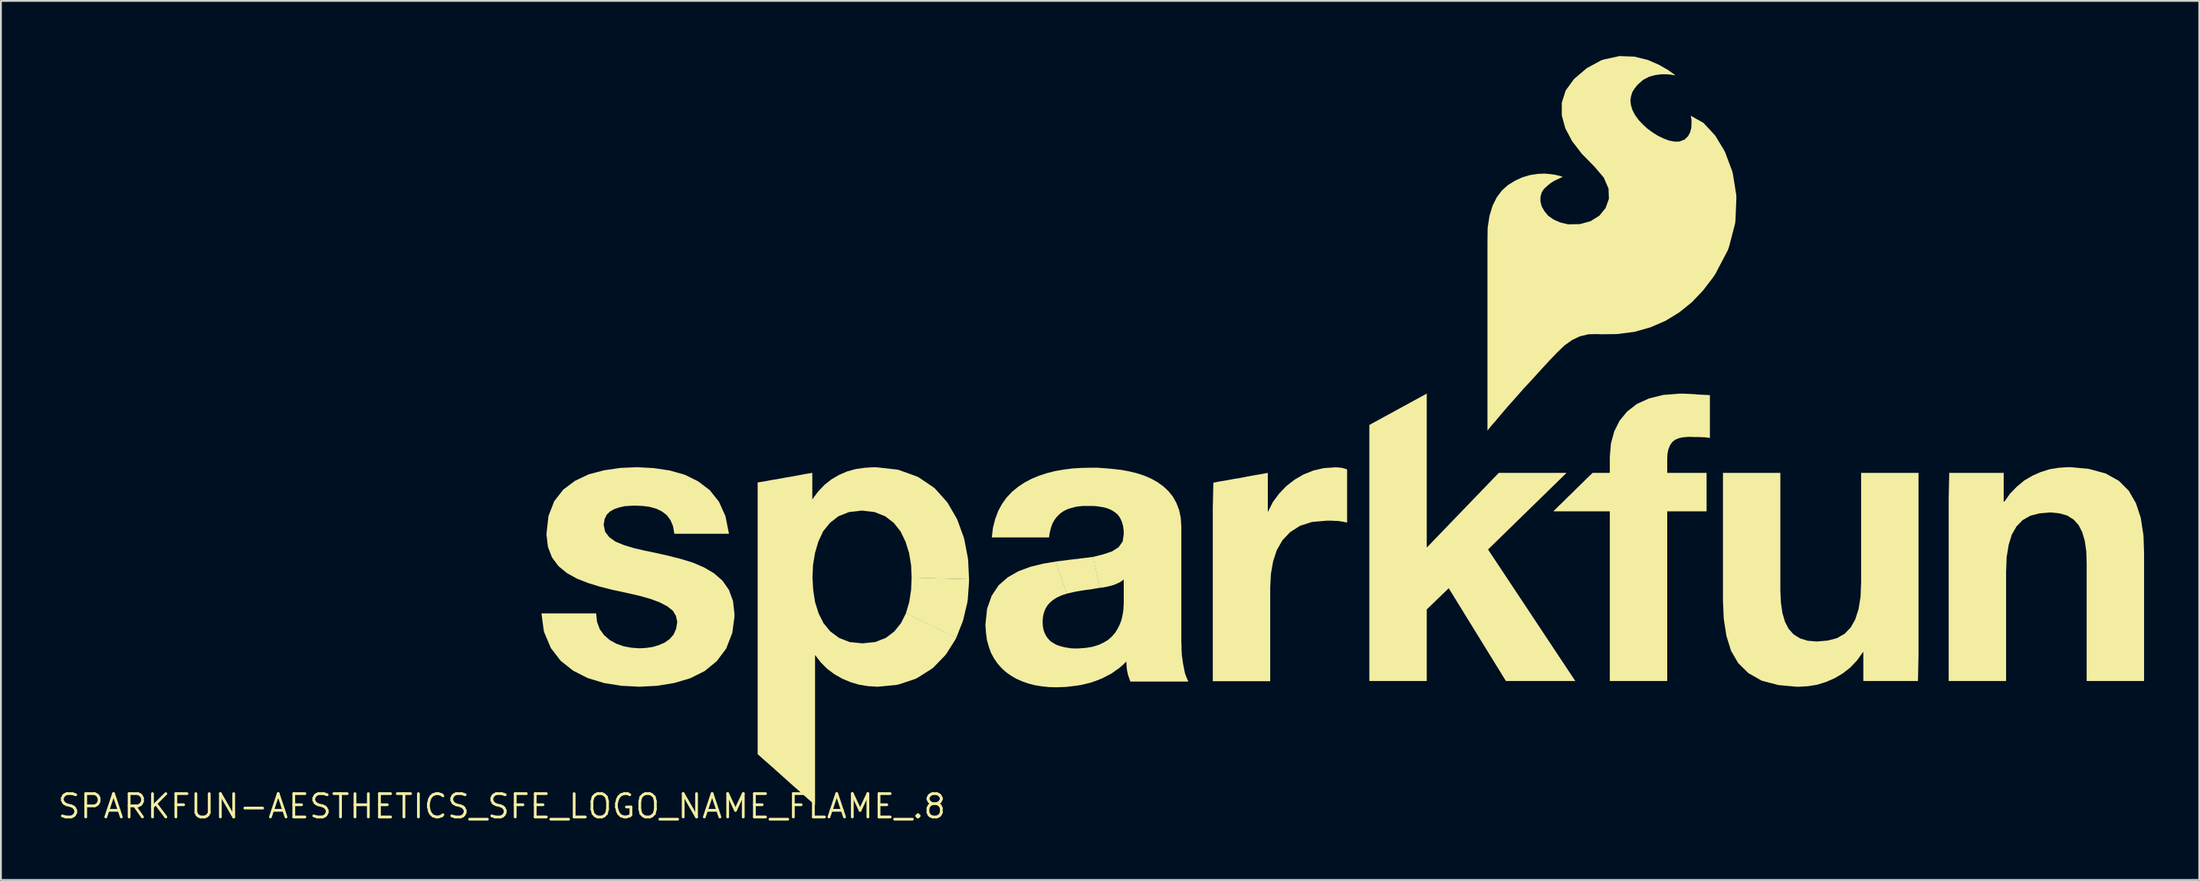
<source format=kicad_pcb>
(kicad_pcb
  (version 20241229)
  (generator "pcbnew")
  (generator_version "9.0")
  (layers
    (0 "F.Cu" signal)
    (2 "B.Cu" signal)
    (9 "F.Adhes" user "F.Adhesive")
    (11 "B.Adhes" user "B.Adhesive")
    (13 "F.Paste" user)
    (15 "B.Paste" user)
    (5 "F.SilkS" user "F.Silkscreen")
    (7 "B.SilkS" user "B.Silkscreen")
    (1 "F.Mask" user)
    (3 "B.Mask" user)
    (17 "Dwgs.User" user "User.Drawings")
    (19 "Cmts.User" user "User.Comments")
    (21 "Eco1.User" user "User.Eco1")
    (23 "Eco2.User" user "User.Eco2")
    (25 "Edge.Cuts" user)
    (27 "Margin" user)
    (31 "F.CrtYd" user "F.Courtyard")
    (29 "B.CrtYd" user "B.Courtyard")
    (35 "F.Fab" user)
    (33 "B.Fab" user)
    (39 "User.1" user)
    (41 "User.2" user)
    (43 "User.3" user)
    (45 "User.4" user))
  (footprint "SPARKFUN-AESTHETICS_SFE_LOGO_NAME_FLAME_.8"
    (layer "F.Cu")
    (at 24.228 40.805)
    (property "Reference" "SPARKFUN-AESTHETICS_SFE_LOGO_NAME_FLAME_.8" (at 0 0 0) (layer "F.SilkS") (effects (font (size 1.27 1.27) (thickness 0.15))))
    (fp_poly (pts (xy 25.395 -12.355) (xy 25.395 -12.21) (xy 25.325 -11.239) (xy 25.305 -11.099) (xy 25.085 -10.169) (xy 25.045 -10.038) (xy 24.703 -9.173) (xy 21.964 -10.497) (xy 22.145 -11.111) (xy 22.245 -11.76) (xy 22.275 -12.445)) (stroke (width 0) (type default)) (fill yes) (layer "F.SilkS"))
    (fp_poly (pts (xy 50.275 -14.072) (xy 54.188 -18.135) (xy 57.872 -18.135) (xy 53.606 -13.969) (xy 58.349 -6.815) (xy 54.577 -6.815) (xy 51.469 -11.862) (xy 50.275 -10.708) (xy 50.275 -6.815) (xy 47.155 -6.815) (xy 47.155 -20.743) (xy 50.275 -22.448)) (stroke (width 0) (type default)) (fill yes) (layer "F.SilkS"))
    (fp_poly (pts (xy 32.516 -11.886) (xy 32.331 -11.855) (xy 32.151 -11.825) (xy 31.971 -11.795) (xy 31.781 -11.775) (xy 31.591 -11.745) (xy 31.411 -11.715) (xy 31.231 -11.685) (xy 31.051 -11.645) (xy 30.871 -11.605) (xy 30.697 -11.564) (xy 30.113 -13.314) (xy 30.819 -13.405) (xy 31.499 -13.485) (xy 31.499 -13.485) (xy 32.144 -13.566)) (stroke (width 0) (type default)) (fill yes) (layer "F.SilkS"))
    (fp_poly (pts (xy 69.495 -11.74) (xy 69.525 -11.09) (xy 69.605 -10.521) (xy 69.745 -10.042) (xy 69.944 -9.653) (xy 70.213 -9.354) (xy 70.562 -9.135) (xy 70.981 -9.005) (xy 71.48 -8.965) (xy 72.069 -9.015) (xy 72.568 -9.145) (xy 72.987 -9.384) (xy 73.316 -9.723) (xy 73.565 -10.162) (xy 73.745 -10.721) (xy 73.855 -11.4) (xy 73.885 -12.2) (xy 73.885 -18.135) (xy 77.005 -18.135) (xy 77.005 -8.23) (xy 76.975 -6.815) (xy 74.005 -6.815) (xy 74.005 -8.385) (xy 73.983 -8.385) (xy 73.664 -7.937) (xy 73.293 -7.546) (xy 72.883 -7.226) (xy 72.442 -6.966) (xy 71.982 -6.765) (xy 71.501 -6.615) (xy 71.011 -6.535) (xy 70.52 -6.505) (xy 70.37 -6.505) (xy 69.389 -6.595) (xy 68.478 -6.835) (xy 67.757 -7.246) (xy 67.206 -7.787) (xy 66.815 -8.458) (xy 66.565 -9.259) (xy 66.425 -10.159) (xy 66.415 -10.29) (xy 66.375 -11.17) (xy 66.375 -18.135) (xy 69.495 -18.135)) (stroke (width 0) (type default)) (fill yes) (layer "F.SilkS"))
    (fp_poly (pts (xy 86.251 -18.355) (xy 87.172 -18.105) (xy 87.893 -17.704) (xy 88.434 -17.163) (xy 88.825 -16.482) (xy 89.085 -15.691) (xy 89.225 -14.781) (xy 89.235 -14.66) (xy 89.265 -13.78) (xy 89.265 -6.815) (xy 86.145 -6.815) (xy 86.145 -13.21) (xy 86.125 -13.86) (xy 86.045 -14.429) (xy 85.905 -14.908) (xy 85.706 -15.297) (xy 85.437 -15.596) (xy 85.088 -15.815) (xy 84.669 -15.935) (xy 84.16 -15.985) (xy 83.581 -15.935) (xy 83.082 -15.805) (xy 82.663 -15.566) (xy 82.334 -15.227) (xy 82.075 -14.778) (xy 81.905 -14.219) (xy 81.795 -13.549) (xy 81.765 -12.75) (xy 81.765 -6.815) (xy 78.645 -6.815) (xy 78.645 -16.72) (xy 78.675 -18.135) (xy 81.635 -18.135) (xy 81.635 -16.565) (xy 81.667 -16.565) (xy 81.986 -17.013) (xy 82.357 -17.394) (xy 82.757 -17.724) (xy 83.198 -17.984) (xy 83.658 -18.185) (xy 84.139 -18.335) (xy 84.629 -18.415) (xy 85.13 -18.445) (xy 85.28 -18.445)) (stroke (width 0) (type default)) (fill yes) (layer "F.SilkS"))
    (fp_poly (pts (xy 45.521 -18.425) (xy 45.611 -18.415) (xy 45.691 -18.405) (xy 45.781 -18.375) (xy 45.861 -18.355) (xy 45.945 -18.323) (xy 45.945 -15.434) (xy 45.829 -15.455) (xy 45.699 -15.485) (xy 45.559 -15.505) (xy 45.42 -15.525) (xy 45.27 -15.525) (xy 45.12 -15.535) (xy 44.82 -15.535) (xy 44.031 -15.465) (xy 43.382 -15.255) (xy 42.853 -14.916) (xy 42.434 -14.477) (xy 42.125 -13.938) (xy 41.925 -13.329) (xy 41.805 -12.649) (xy 41.765 -11.91) (xy 41.765 -6.805) (xy 38.645 -6.805) (xy 38.645 -16.25) (xy 38.675 -17.604) (xy 39.049 -17.675) (xy 39.419 -17.735) (xy 39.789 -17.805) (xy 40.159 -17.865) (xy 40.519 -17.935) (xy 40.889 -18.005) (xy 41.259 -18.065) (xy 41.635 -18.136) (xy 41.635 -16.025) (xy 41.647 -16.025) (xy 41.906 -16.543) (xy 42.246 -17.003) (xy 42.637 -17.414) (xy 43.087 -17.764) (xy 43.588 -18.055) (xy 44.119 -18.265) (xy 44.679 -18.395) (xy 45.26 -18.435) (xy 45.44 -18.435)) (stroke (width 0) (type default)) (fill yes) (layer "F.SilkS"))
    (fp_poly (pts (xy 64.43 -22.435) (xy 64.64 -22.425) (xy 64.85 -22.415) (xy 65.05 -22.395) (xy 65.26 -22.385) (xy 65.46 -22.375) (xy 65.665 -22.365) (xy 65.665 -20.034) (xy 65.519 -20.055) (xy 65.38 -20.075) (xy 65.23 -20.075) (xy 65.09 -20.085) (xy 64.8 -20.085) (xy 64.66 -20.095) (xy 64.52 -20.095) (xy 64.231 -20.075) (xy 63.981 -20.025) (xy 63.773 -19.936) (xy 63.614 -19.807) (xy 63.494 -19.628) (xy 63.405 -19.409) (xy 63.355 -19.129) (xy 63.345 -18.81) (xy 63.345 -18.135) (xy 65.485 -18.135) (xy 65.485 -16.045) (xy 63.345 -16.045) (xy 63.345 -6.815) (xy 60.225 -6.815) (xy 60.225 -16.045) (xy 57.158 -16.045) (xy 57.426 -16.314) (xy 57.696 -16.574) (xy 57.956 -16.834) (xy 58.226 -17.094) (xy 58.486 -17.354) (xy 58.756 -17.614) (xy 59.016 -17.874) (xy 59.288 -18.135) (xy 60.225 -18.135) (xy 60.225 -19) (xy 60.285 -19.731) (xy 60.465 -20.392) (xy 60.756 -20.973) (xy 61.166 -21.474) (xy 61.697 -21.884) (xy 62.358 -22.185) (xy 63.129 -22.375) (xy 64.02 -22.445) (xy 64.22 -22.445)) (stroke (width 0) (type default)) (fill yes) (layer "F.SilkS"))
    (fp_poly (pts (xy 20.42 -18.435) (xy 21.491 -18.315) (xy 21.632 -18.275) (xy 22.552 -17.945) (xy 22.673 -17.884) (xy 23.443 -17.364) (xy 23.543 -17.284) (xy 24.154 -16.603) (xy 24.234 -16.503) (xy 24.704 -15.692) (xy 24.765 -15.572) (xy 25.095 -14.662) (xy 25.135 -14.531) (xy 25.325 -13.541) (xy 25.345 -13.4) (xy 25.395 -12.355) (xy 22.275 -12.435) (xy 22.245 -13.119) (xy 22.135 -13.779) (xy 21.945 -14.388) (xy 21.676 -14.947) (xy 21.306 -15.416) (xy 20.838 -15.776) (xy 20.259 -16.005) (xy 19.57 -16.085) (xy 18.871 -16.005) (xy 18.293 -15.776) (xy 17.834 -15.416) (xy 17.464 -14.957) (xy 17.205 -14.398) (xy 17.025 -13.789) (xy 16.915 -13.129) (xy 16.885 -12.44) (xy 16.925 -11.761) (xy 17.025 -11.111) (xy 17.215 -10.502) (xy 17.484 -9.963) (xy 17.853 -9.514) (xy 18.322 -9.164) (xy 18.901 -8.935) (xy 19.6 -8.865) (xy 20.299 -8.935) (xy 20.878 -9.164) (xy 21.336 -9.514) (xy 21.696 -9.963) (xy 21.968 -10.507) (xy 24.707 -9.182) (xy 24.644 -9.058) (xy 24.164 -8.297) (xy 24.084 -8.197) (xy 23.463 -7.556) (xy 23.363 -7.476) (xy 22.603 -6.996) (xy 22.492 -6.935) (xy 21.591 -6.635) (xy 21.461 -6.605) (xy 20.43 -6.505) (xy 19.919 -6.535) (xy 19.419 -6.615) (xy 18.948 -6.755) (xy 18.498 -6.946) (xy 18.077 -7.186) (xy 17.687 -7.476) (xy 17.336 -7.827) (xy 17.038 -8.215) (xy 17.025 -8.215) (xy 17.025 -0.069) (xy 16.627 -0.416) (xy 16.237 -0.766) (xy 15.847 -1.106) (xy 15.457 -1.456) (xy 15.077 -1.796) (xy 14.687 -2.146) (xy 14.297 -2.486) (xy 13.905 -2.838) (xy 13.905 -17.614) (xy 14.279 -17.675) (xy 14.649 -17.745) (xy 15.019 -17.805) (xy 15.389 -17.875) (xy 15.759 -17.935) (xy 16.129 -18.005) (xy 16.499 -18.075) (xy 16.875 -18.136) (xy 16.875 -16.695) (xy 16.877 -16.695) (xy 17.186 -17.113) (xy 17.537 -17.484) (xy 17.917 -17.784) (xy 18.328 -18.024) (xy 18.768 -18.215) (xy 19.239 -18.345) (xy 19.74 -18.415) (xy 20.25 -18.445)) (stroke (width 0) (type default)) (fill yes) (layer "F.SilkS"))
    (fp_poly (pts (xy 8.261 -18.395) (xy 9.131 -18.265) (xy 9.942 -18.035) (xy 10.673 -17.674) (xy 11.304 -17.194) (xy 11.804 -16.563) (xy 12.155 -15.782) (xy 12.346 -14.825) (xy 9.376 -14.825) (xy 9.305 -15.239) (xy 9.166 -15.568) (xy 8.966 -15.836) (xy 8.707 -16.036) (xy 8.398 -16.185) (xy 8.049 -16.285) (xy 7.67 -16.335) (xy 7.26 -16.355) (xy 6.99 -16.345) (xy 6.691 -16.325) (xy 6.411 -16.265) (xy 6.132 -16.175) (xy 5.893 -16.046) (xy 5.704 -15.867) (xy 5.585 -15.618) (xy 5.535 -15.31) (xy 5.615 -14.932) (xy 5.844 -14.634) (xy 6.182 -14.394) (xy 6.642 -14.205) (xy 7.171 -14.045) (xy 7.771 -13.905) (xy 8.401 -13.775) (xy 9.061 -13.625) (xy 9.731 -13.455) (xy 10.382 -13.255) (xy 10.992 -12.994) (xy 11.533 -12.674) (xy 11.994 -12.273) (xy 12.344 -11.772) (xy 12.565 -11.171) (xy 12.645 -10.45) (xy 12.645 -10.31) (xy 12.525 -9.429) (xy 12.194 -8.578) (xy 11.684 -7.897) (xy 11.023 -7.356) (xy 10.242 -6.965) (xy 9.361 -6.705) (xy 8.431 -6.555) (xy 7.48 -6.505) (xy 6.499 -6.555) (xy 5.559 -6.705) (xy 4.668 -6.975) (xy 3.877 -7.376) (xy 3.196 -7.916) (xy 2.666 -8.607) (xy 2.305 -9.458) (xy 2.275 -9.579) (xy 2.154 -10.495) (xy 5.124 -10.495) (xy 5.175 -10.031) (xy 5.324 -9.632) (xy 5.554 -9.313) (xy 5.863 -9.044) (xy 6.222 -8.845) (xy 6.621 -8.705) (xy 7.051 -8.625) (xy 7.5 -8.595) (xy 7.839 -8.615) (xy 8.189 -8.665) (xy 8.528 -8.765) (xy 8.848 -8.904) (xy 9.117 -9.094) (xy 9.336 -9.343) (xy 9.475 -9.661) (xy 9.535 -10.03) (xy 9.465 -10.358) (xy 9.296 -10.637) (xy 8.997 -10.876) (xy 8.598 -11.085) (xy 8.098 -11.275) (xy 7.499 -11.445) (xy 6.799 -11.605) (xy 6.009 -11.775) (xy 5.339 -11.945) (xy 4.688 -12.145) (xy 4.078 -12.385) (xy 3.537 -12.686) (xy 3.076 -13.067) (xy 2.726 -13.538) (xy 2.505 -14.109) (xy 2.425 -14.8) (xy 2.535 -15.791) (xy 2.846 -16.592) (xy 3.336 -17.224) (xy 3.977 -17.704) (xy 4.718 -18.055) (xy 5.549 -18.275) (xy 6.44 -18.405) (xy 7.35 -18.445)) (stroke (width 0) (type default)) (fill yes) (layer "F.SilkS"))
    (fp_poly (pts (xy 61.561 -40.775) (xy 62.292 -40.595) (xy 62.892 -40.334) (xy 63.363 -40.064) (xy 63.663 -39.854) (xy 63.785 -39.765) (xy 63.71 -39.765) (xy 63.559 -39.795) (xy 63.32 -39.815) (xy 63.03 -39.815) (xy 62.711 -39.775) (xy 62.372 -39.685) (xy 62.043 -39.516) (xy 61.744 -39.257) (xy 61.574 -39.047) (xy 61.445 -38.838) (xy 61.375 -38.609) (xy 61.345 -38.38) (xy 61.375 -38.131) (xy 61.455 -37.872) (xy 61.594 -37.603) (xy 61.804 -37.313) (xy 62.023 -37.084) (xy 62.273 -36.854) (xy 62.563 -36.644) (xy 62.852 -36.464) (xy 63.162 -36.315) (xy 63.461 -36.205) (xy 63.74 -36.155) (xy 63.999 -36.155) (xy 64.287 -36.264) (xy 64.476 -36.443) (xy 64.595 -36.672) (xy 64.655 -36.911) (xy 64.665 -37.15) (xy 64.665 -37.349) (xy 64.635 -37.489) (xy 64.635 -37.538) (xy 64.601 -37.572) (xy 65.313 -37.174) (xy 65.954 -36.483) (xy 66.444 -35.672) (xy 66.505 -35.542) (xy 66.875 -34.552) (xy 66.915 -34.401) (xy 67.095 -33.271) (xy 67.105 -33.1) (xy 67.055 -31.88) (xy 67.035 -31.699) (xy 66.705 -30.429) (xy 66.635 -30.238) (xy 65.964 -28.957) (xy 65.844 -28.777) (xy 65.294 -28.057) (xy 64.683 -27.416) (xy 64.003 -26.866) (xy 63.252 -26.406) (xy 62.442 -26.055) (xy 61.561 -25.805) (xy 60.61 -25.685) (xy 59.72 -25.675) (xy 59.59 -25.685) (xy 59.071 -25.675) (xy 58.602 -25.565) (xy 58.183 -25.366) (xy 57.773 -25.076) (xy 57.374 -24.696) (xy 56.954 -24.257) (xy 56.494 -23.757) (xy 56.494 -23.757) (xy 55.984 -23.197) (xy 55.504 -22.677) (xy 55.064 -22.177) (xy 54.654 -21.717) (xy 54.294 -21.297) (xy 54.004 -20.947) (xy 53.774 -20.687) (xy 53.634 -20.507) (xy 53.575 -20.436) (xy 53.575 -30.7) (xy 53.585 -31.47) (xy 53.685 -32.121) (xy 53.855 -32.672) (xy 54.086 -33.133) (xy 54.366 -33.503) (xy 54.697 -33.794) (xy 55.068 -34.024) (xy 55.458 -34.205) (xy 55.889 -34.335) (xy 56.3 -34.395) (xy 56.67 -34.415) (xy 57.001 -34.385) (xy 57.271 -34.345) (xy 57.481 -34.295) (xy 57.612 -34.255) (xy 57.676 -34.229) (xy 57.622 -34.215) (xy 57.512 -34.165) (xy 57.362 -34.095) (xy 57.182 -34.006) (xy 56.993 -33.886) (xy 56.813 -33.736) (xy 56.644 -33.577) (xy 56.525 -33.398) (xy 56.455 -33.149) (xy 56.455 -32.891) (xy 56.525 -32.622) (xy 56.674 -32.363) (xy 56.883 -32.114) (xy 57.172 -31.914) (xy 57.532 -31.755) (xy 57.951 -31.655) (xy 58.599 -31.665) (xy 59.178 -31.825) (xy 59.657 -32.124) (xy 59.996 -32.542) (xy 60.175 -33.041) (xy 60.155 -33.599) (xy 59.896 -34.197) (xy 59.376 -34.807) (xy 58.706 -35.487) (xy 58.176 -36.177) (xy 57.805 -36.878) (xy 57.615 -37.579) (xy 57.615 -38.271) (xy 57.825 -38.932) (xy 58.276 -39.553) (xy 58.967 -40.144) (xy 59.758 -40.575) (xy 59.879 -40.615) (xy 60.75 -40.805)) (stroke (width 0) (type default)) (fill yes) (layer "F.SilkS"))
    (fp_poly (pts (xy 32.82 -18.385) (xy 33.251 -18.345) (xy 33.691 -18.295) (xy 34.111 -18.215) (xy 34.521 -18.115) (xy 34.922 -17.985) (xy 35.292 -17.824) (xy 35.633 -17.634) (xy 35.953 -17.404) (xy 36.234 -17.143) (xy 36.474 -16.843) (xy 36.665 -16.502) (xy 36.815 -16.111) (xy 36.905 -15.681) (xy 36.935 -15.19) (xy 36.935 -8.92) (xy 36.945 -8.73) (xy 36.945 -8.55) (xy 36.955 -8.36) (xy 36.965 -8.181) (xy 36.995 -8.011) (xy 37.015 -7.841) (xy 37.045 -7.671) (xy 37.075 -7.521) (xy 37.105 -7.371) (xy 37.135 -7.231) (xy 37.175 -7.112) (xy 37.225 -6.992) (xy 37.265 -6.892) (xy 37.318 -6.785) (xy 34.167 -6.785) (xy 34.135 -6.858) (xy 34.115 -6.919) (xy 34.095 -6.988) (xy 34.065 -7.058) (xy 34.045 -7.129) (xy 34.025 -7.189) (xy 34.015 -7.259) (xy 33.995 -7.329) (xy 33.985 -7.399) (xy 33.975 -7.469) (xy 33.965 -7.54) (xy 33.965 -7.61) (xy 33.955 -7.68) (xy 33.955 -7.75) (xy 33.945 -7.82) (xy 33.945 -7.878) (xy 33.763 -7.696) (xy 33.563 -7.526) (xy 33.353 -7.376) (xy 33.143 -7.226) (xy 32.912 -7.106) (xy 32.682 -6.985) (xy 32.452 -6.885) (xy 32.202 -6.795) (xy 31.961 -6.715) (xy 31.711 -6.655) (xy 31.451 -6.595) (xy 31.191 -6.555) (xy 30.931 -6.525) (xy 30.67 -6.495) (xy 30.41 -6.485) (xy 30.14 -6.475) (xy 29.74 -6.485) (xy 29.359 -6.525) (xy 28.979 -6.585) (xy 28.629 -6.675) (xy 28.288 -6.795) (xy 27.968 -6.936) (xy 27.677 -7.106) (xy 27.407 -7.296) (xy 27.156 -7.526) (xy 26.936 -7.777) (xy 26.746 -8.057) (xy 26.585 -8.358) (xy 26.465 -8.698) (xy 26.365 -9.059) (xy 26.315 -9.45) (xy 26.285 -9.87) (xy 26.375 -10.741) (xy 26.625 -11.452) (xy 27.006 -12.023) (xy 27.497 -12.454) (xy 28.078 -12.785) (xy 28.719 -13.025) (xy 29.409 -13.195) (xy 30.123 -13.316) (xy 30.706 -11.567) (xy 30.542 -11.515) (xy 30.382 -11.455) (xy 30.232 -11.386) (xy 30.083 -11.306) (xy 29.953 -11.216) (xy 29.833 -11.116) (xy 29.724 -11.007) (xy 29.624 -10.877) (xy 29.545 -10.738) (xy 29.485 -10.588) (xy 29.435 -10.419) (xy 29.405 -10.229) (xy 29.395 -10.02) (xy 29.405 -9.821) (xy 29.435 -9.641) (xy 29.485 -9.472) (xy 29.554 -9.322) (xy 29.634 -9.193) (xy 29.734 -9.073) (xy 29.843 -8.964) (xy 29.973 -8.884) (xy 30.102 -8.804) (xy 30.252 -8.745) (xy 30.411 -8.695) (xy 30.571 -8.655) (xy 30.751 -8.625) (xy 30.921 -8.595) (xy 31.11 -8.585) (xy 31.3 -8.585) (xy 31.719 -8.615) (xy 32.099 -8.675) (xy 32.428 -8.775) (xy 32.708 -8.904) (xy 32.957 -9.054) (xy 33.156 -9.234) (xy 33.326 -9.423) (xy 33.456 -9.632) (xy 33.565 -9.842) (xy 33.655 -10.062) (xy 33.715 -10.281) (xy 33.755 -10.491) (xy 33.785 -10.691) (xy 33.795 -10.88) (xy 33.805 -11.05) (xy 33.805 -12.34) (xy 33.713 -12.266) (xy 33.592 -12.186) (xy 33.462 -12.125) (xy 33.322 -12.065) (xy 33.171 -12.015) (xy 33.021 -11.975) (xy 32.851 -11.935) (xy 32.681 -11.905) (xy 32.506 -11.885) (xy 32.134 -13.564) (xy 32.689 -13.705) (xy 33.168 -13.865) (xy 33.526 -14.094) (xy 33.745 -14.402) (xy 33.805 -14.81) (xy 33.795 -15.05) (xy 33.765 -15.259) (xy 33.715 -15.438) (xy 33.645 -15.608) (xy 33.566 -15.747) (xy 33.466 -15.877) (xy 33.347 -15.976) (xy 33.217 -16.066) (xy 33.068 -16.145) (xy 32.918 -16.205) (xy 32.749 -16.255) (xy 32.579 -16.285) (xy 32.389 -16.315) (xy 32.2 -16.335) (xy 31.58 -16.335) (xy 31.371 -16.315) (xy 31.171 -16.285) (xy 30.991 -16.235) (xy 30.812 -16.185) (xy 30.652 -16.115) (xy 30.503 -16.036) (xy 30.363 -15.936) (xy 30.244 -15.826) (xy 30.134 -15.707) (xy 30.034 -15.567) (xy 29.945 -15.408) (xy 29.875 -15.238) (xy 29.825 -15.059) (xy 29.775 -14.849) (xy 29.744 -14.625) (xy 26.634 -14.625) (xy 26.695 -15.151) (xy 26.815 -15.621) (xy 26.975 -16.052) (xy 27.186 -16.443) (xy 27.436 -16.793) (xy 27.727 -17.104) (xy 28.057 -17.374) (xy 28.417 -17.614) (xy 28.798 -17.815) (xy 29.208 -17.985) (xy 29.639 -18.125) (xy 30.079 -18.235) (xy 30.539 -18.315) (xy 31.01 -18.375) (xy 31.48 -18.405) (xy 31.96 -18.415) (xy 32.39 -18.415)) (stroke (width 0) (type default)) (fill yes) (layer "F.SilkS")))
  (gr_rect
    (start -3 -3)
    (end 116.493 44.811)
    (stroke (width 0.1) (type default))
    (fill no)
    (layer "Edge.Cuts")))
</source>
